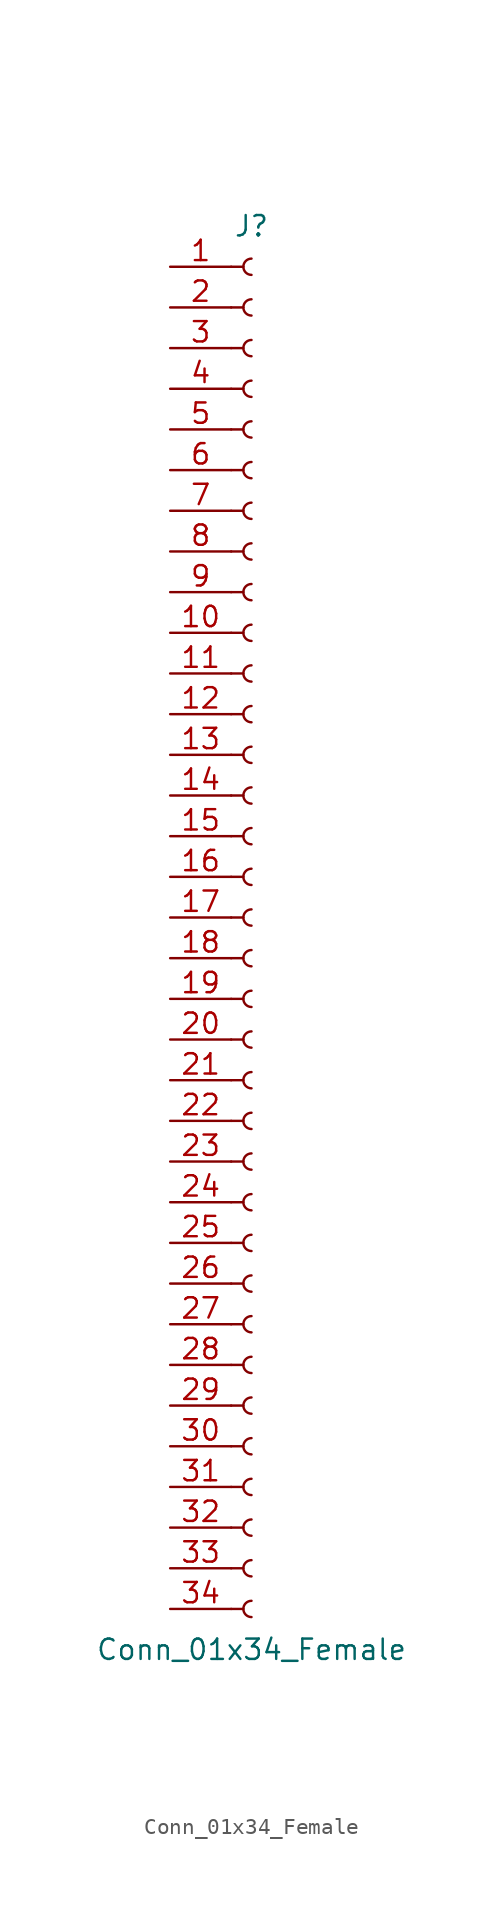
<source format=kicad_sym>
(kicad_symbol_lib
  (version 20220914)
  (generator kicad_symbol_editor)
  (symbol "Conn_01x34_Female"
    (pin_names
      (offset 1.016) hide)
    (property "Reference" "J"
      (at 0 43.18 0)
      (effects (font (size 1.27 1.27))))
    (property "Value" "Conn_01x34_Female"
      (at 0 -45.72 0)
      (effects (font (size 1.27 1.27))))
    (symbol "Conn_01x34_Female_1_1"
      (arc (start 0 -42.672) (mid -0.5058 -43.18) (end 0 -43.688) (stroke (width 0.1524) (type solid)) (fill (type none)))
      (arc (start 0 -40.132) (mid -0.5058 -40.64) (end 0 -41.148) (stroke (width 0.1524) (type solid)) (fill (type none)))
      (arc (start 0 -37.592) (mid -0.5058 -38.1) (end 0 -38.608) (stroke (width 0.1524) (type solid)) (fill (type none)))
      (arc (start 0 -35.052) (mid -0.5058 -35.56) (end 0 -36.068) (stroke (width 0.1524) (type solid)) (fill (type none)))
      (arc (start 0 -32.512) (mid -0.5058 -33.02) (end 0 -33.528) (stroke (width 0.1524) (type solid)) (fill (type none)))
      (arc (start 0 -29.972) (mid -0.5058 -30.48) (end 0 -30.988) (stroke (width 0.1524) (type solid)) (fill (type none)))
      (arc (start 0 -27.432) (mid -0.5058 -27.94) (end 0 -28.448) (stroke (width 0.1524) (type solid)) (fill (type none)))
      (arc (start 0 -24.892) (mid -0.5058 -25.4) (end 0 -25.908) (stroke (width 0.1524) (type solid)) (fill (type none)))
      (arc (start 0 -22.352) (mid -0.5058 -22.86) (end 0 -23.368) (stroke (width 0.1524) (type solid)) (fill (type none)))
      (arc (start 0 -19.812) (mid -0.5058 -20.32) (end 0 -20.828) (stroke (width 0.1524) (type solid)) (fill (type none)))
      (arc (start 0 -17.272) (mid -0.5058 -17.78) (end 0 -18.288) (stroke (width 0.1524) (type solid)) (fill (type none)))
      (arc (start 0 -14.732) (mid -0.5058 -15.24) (end 0 -15.748) (stroke (width 0.1524) (type solid)) (fill (type none)))
      (arc (start 0 -12.192) (mid -0.5058 -12.7) (end 0 -13.208) (stroke (width 0.1524) (type solid)) (fill (type none)))
      (arc (start 0 -9.652) (mid -0.5058 -10.16) (end 0 -10.668) (stroke (width 0.1524) (type solid)) (fill (type none)))
      (arc (start 0 -7.112) (mid -0.5058 -7.62) (end 0 -8.128) (stroke (width 0.1524) (type solid)) (fill (type none)))
      (arc (start 0 -4.572) (mid -0.5058 -5.08) (end 0 -5.588) (stroke (width 0.1524) (type solid)) (fill (type none)))
      (arc (start 0 -2.032) (mid -0.5058 -2.54) (end 0 -3.048) (stroke (width 0.1524) (type solid)) (fill (type none)))
      (polyline (pts (xy -1.27 -43.18) (xy -0.508 -43.18)) (stroke (width 0.152) (type solid)) (fill (type none)))
      (polyline (pts (xy -1.27 -40.64) (xy -0.508 -40.64)) (stroke (width 0.152) (type solid)) (fill (type none)))
      (polyline (pts (xy -1.27 -38.1) (xy -0.508 -38.1)) (stroke (width 0.152) (type solid)) (fill (type none)))
      (polyline (pts (xy -1.27 -35.56) (xy -0.508 -35.56)) (stroke (width 0.152) (type solid)) (fill (type none)))
      (polyline (pts (xy -1.27 -33.02) (xy -0.508 -33.02)) (stroke (width 0.152) (type solid)) (fill (type none)))
      (polyline (pts (xy -1.27 -30.48) (xy -0.508 -30.48)) (stroke (width 0.152) (type solid)) (fill (type none)))
      (polyline (pts (xy -1.27 -27.94) (xy -0.508 -27.94)) (stroke (width 0.152) (type solid)) (fill (type none)))
      (polyline (pts (xy -1.27 -25.4) (xy -0.508 -25.4)) (stroke (width 0.152) (type solid)) (fill (type none)))
      (polyline (pts (xy -1.27 -22.86) (xy -0.508 -22.86)) (stroke (width 0.152) (type solid)) (fill (type none)))
      (polyline (pts (xy -1.27 -20.32) (xy -0.508 -20.32)) (stroke (width 0.152) (type solid)) (fill (type none)))
      (polyline (pts (xy -1.27 -17.78) (xy -0.508 -17.78)) (stroke (width 0.152) (type solid)) (fill (type none)))
      (polyline (pts (xy -1.27 -15.24) (xy -0.508 -15.24)) (stroke (width 0.152) (type solid)) (fill (type none)))
      (polyline (pts (xy -1.27 -12.7) (xy -0.508 -12.7)) (stroke (width 0.152) (type solid)) (fill (type none)))
      (polyline (pts (xy -1.27 -10.16) (xy -0.508 -10.16)) (stroke (width 0.152) (type solid)) (fill (type none)))
      (polyline (pts (xy -1.27 -7.62) (xy -0.508 -7.62)) (stroke (width 0.152) (type solid)) (fill (type none)))
      (polyline (pts (xy -1.27 -5.08) (xy -0.508 -5.08)) (stroke (width 0.152) (type solid)) (fill (type none)))
      (polyline (pts (xy -1.27 -2.54) (xy -0.508 -2.54)) (stroke (width 0.152) (type solid)) (fill (type none)))
      (polyline (pts (xy -1.27 0) (xy -0.508 0)) (stroke (width 0.152) (type solid)) (fill (type none)))
      (polyline (pts (xy -1.27 2.54) (xy -0.508 2.54)) (stroke (width 0.152) (type solid)) (fill (type none)))
      (polyline (pts (xy -1.27 5.08) (xy -0.508 5.08)) (stroke (width 0.152) (type solid)) (fill (type none)))
      (polyline (pts (xy -1.27 7.62) (xy -0.508 7.62)) (stroke (width 0.152) (type solid)) (fill (type none)))
      (polyline (pts (xy -1.27 10.16) (xy -0.508 10.16)) (stroke (width 0.152) (type solid)) (fill (type none)))
      (polyline (pts (xy -1.27 12.7) (xy -0.508 12.7)) (stroke (width 0.152) (type solid)) (fill (type none)))
      (polyline (pts (xy -1.27 15.24) (xy -0.508 15.24)) (stroke (width 0.152) (type solid)) (fill (type none)))
      (polyline (pts (xy -1.27 17.78) (xy -0.508 17.78)) (stroke (width 0.152) (type solid)) (fill (type none)))
      (polyline (pts (xy -1.27 20.32) (xy -0.508 20.32)) (stroke (width 0.152) (type solid)) (fill (type none)))
      (polyline (pts (xy -1.27 22.86) (xy -0.508 22.86)) (stroke (width 0.152) (type solid)) (fill (type none)))
      (polyline (pts (xy -1.27 25.4) (xy -0.508 25.4)) (stroke (width 0.152) (type solid)) (fill (type none)))
      (polyline (pts (xy -1.27 27.94) (xy -0.508 27.94)) (stroke (width 0.152) (type solid)) (fill (type none)))
      (polyline (pts (xy -1.27 30.48) (xy -0.508 30.48)) (stroke (width 0.152) (type solid)) (fill (type none)))
      (polyline (pts (xy -1.27 33.02) (xy -0.508 33.02)) (stroke (width 0.152) (type solid)) (fill (type none)))
      (polyline (pts (xy -1.27 35.56) (xy -0.508 35.56)) (stroke (width 0.152) (type solid)) (fill (type none)))
      (polyline (pts (xy -1.27 38.1) (xy -0.508 38.1)) (stroke (width 0.152) (type solid)) (fill (type none)))
      (polyline (pts (xy -1.27 40.64) (xy -0.508 40.64)) (stroke (width 0.152) (type solid)) (fill (type none)))
      (arc (start 0 0.508) (mid -0.5058 0) (end 0 -0.508) (stroke (width 0.1524) (type solid)) (fill (type none)))
      (arc (start 0 3.048) (mid -0.5058 2.54) (end 0 2.032) (stroke (width 0.1524) (type solid)) (fill (type none)))
      (arc (start 0 5.588) (mid -0.5058 5.08) (end 0 4.572) (stroke (width 0.1524) (type solid)) (fill (type none)))
      (arc (start 0 8.128) (mid -0.5058 7.62) (end 0 7.112) (stroke (width 0.1524) (type solid)) (fill (type none)))
      (arc (start 0 10.668) (mid -0.5058 10.16) (end 0 9.652) (stroke (width 0.1524) (type solid)) (fill (type none)))
      (arc (start 0 13.208) (mid -0.5058 12.7) (end 0 12.192) (stroke (width 0.1524) (type solid)) (fill (type none)))
      (arc (start 0 15.748) (mid -0.5058 15.24) (end 0 14.732) (stroke (width 0.1524) (type solid)) (fill (type none)))
      (arc (start 0 18.288) (mid -0.5058 17.78) (end 0 17.272) (stroke (width 0.1524) (type solid)) (fill (type none)))
      (arc (start 0 20.828) (mid -0.5058 20.32) (end 0 19.812) (stroke (width 0.1524) (type solid)) (fill (type none)))
      (arc (start 0 23.368) (mid -0.5058 22.86) (end 0 22.352) (stroke (width 0.1524) (type solid)) (fill (type none)))
      (arc (start 0 25.908) (mid -0.5058 25.4) (end 0 24.892) (stroke (width 0.1524) (type solid)) (fill (type none)))
      (arc (start 0 28.448) (mid -0.5058 27.94) (end 0 27.432) (stroke (width 0.1524) (type solid)) (fill (type none)))
      (arc (start 0 30.988) (mid -0.5058 30.48) (end 0 29.972) (stroke (width 0.1524) (type solid)) (fill (type none)))
      (arc (start 0 33.528) (mid -0.5058 33.02) (end 0 32.512) (stroke (width 0.1524) (type solid)) (fill (type none)))
      (arc (start 0 36.068) (mid -0.5058 35.56) (end 0 35.052) (stroke (width 0.1524) (type solid)) (fill (type none)))
      (arc (start 0 38.608) (mid -0.5058 38.1) (end 0 37.592) (stroke (width 0.1524) (type solid)) (fill (type none)))
      (arc (start 0 41.148) (mid -0.5058 40.64) (end 0 40.132) (stroke (width 0.1524) (type solid)) (fill (type none)))
      (pin passive line (at -5.08 40.64 0) (length 3.81) (name "Pin_1" (effects (font (size 1.27 1.27)))) (number "1" (effects (font (size 1.27 1.27)))))
      (pin passive line (at -5.08 17.78 0) (length 3.81) (name "Pin_10" (effects (font (size 1.27 1.27)))) (number "10" (effects (font (size 1.27 1.27)))))
      (pin passive line (at -5.08 15.24 0) (length 3.81) (name "Pin_11" (effects (font (size 1.27 1.27)))) (number "11" (effects (font (size 1.27 1.27)))))
      (pin passive line (at -5.08 12.7 0) (length 3.81) (name "Pin_12" (effects (font (size 1.27 1.27)))) (number "12" (effects (font (size 1.27 1.27)))))
      (pin passive line (at -5.08 10.16 0) (length 3.81) (name "Pin_13" (effects (font (size 1.27 1.27)))) (number "13" (effects (font (size 1.27 1.27)))))
      (pin passive line (at -5.08 7.62 0) (length 3.81) (name "Pin_14" (effects (font (size 1.27 1.27)))) (number "14" (effects (font (size 1.27 1.27)))))
      (pin passive line (at -5.08 5.08 0) (length 3.81) (name "Pin_15" (effects (font (size 1.27 1.27)))) (number "15" (effects (font (size 1.27 1.27)))))
      (pin passive line (at -5.08 2.54 0) (length 3.81) (name "Pin_16" (effects (font (size 1.27 1.27)))) (number "16" (effects (font (size 1.27 1.27)))))
      (pin passive line (at -5.08 0 0) (length 3.81) (name "Pin_17" (effects (font (size 1.27 1.27)))) (number "17" (effects (font (size 1.27 1.27)))))
      (pin passive line (at -5.08 -2.54 0) (length 3.81) (name "Pin_18" (effects (font (size 1.27 1.27)))) (number "18" (effects (font (size 1.27 1.27)))))
      (pin passive line (at -5.08 -5.08 0) (length 3.81) (name "Pin_19" (effects (font (size 1.27 1.27)))) (number "19" (effects (font (size 1.27 1.27)))))
      (pin passive line (at -5.08 38.1 0) (length 3.81) (name "Pin_2" (effects (font (size 1.27 1.27)))) (number "2" (effects (font (size 1.27 1.27)))))
      (pin passive line (at -5.08 -7.62 0) (length 3.81) (name "Pin_20" (effects (font (size 1.27 1.27)))) (number "20" (effects (font (size 1.27 1.27)))))
      (pin passive line (at -5.08 -10.16 0) (length 3.81) (name "Pin_21" (effects (font (size 1.27 1.27)))) (number "21" (effects (font (size 1.27 1.27)))))
      (pin passive line (at -5.08 -12.7 0) (length 3.81) (name "Pin_22" (effects (font (size 1.27 1.27)))) (number "22" (effects (font (size 1.27 1.27)))))
      (pin passive line (at -5.08 -15.24 0) (length 3.81) (name "Pin_23" (effects (font (size 1.27 1.27)))) (number "23" (effects (font (size 1.27 1.27)))))
      (pin passive line (at -5.08 -17.78 0) (length 3.81) (name "Pin_24" (effects (font (size 1.27 1.27)))) (number "24" (effects (font (size 1.27 1.27)))))
      (pin passive line (at -5.08 -20.32 0) (length 3.81) (name "Pin_25" (effects (font (size 1.27 1.27)))) (number "25" (effects (font (size 1.27 1.27)))))
      (pin passive line (at -5.08 -22.86 0) (length 3.81) (name "Pin_26" (effects (font (size 1.27 1.27)))) (number "26" (effects (font (size 1.27 1.27)))))
      (pin passive line (at -5.08 -25.4 0) (length 3.81) (name "Pin_27" (effects (font (size 1.27 1.27)))) (number "27" (effects (font (size 1.27 1.27)))))
      (pin passive line (at -5.08 -27.94 0) (length 3.81) (name "Pin_28" (effects (font (size 1.27 1.27)))) (number "28" (effects (font (size 1.27 1.27)))))
      (pin passive line (at -5.08 -30.48 0) (length 3.81) (name "Pin_29" (effects (font (size 1.27 1.27)))) (number "29" (effects (font (size 1.27 1.27)))))
      (pin passive line (at -5.08 35.56 0) (length 3.81) (name "Pin_3" (effects (font (size 1.27 1.27)))) (number "3" (effects (font (size 1.27 1.27)))))
      (pin passive line (at -5.08 -33.02 0) (length 3.81) (name "Pin_30" (effects (font (size 1.27 1.27)))) (number "30" (effects (font (size 1.27 1.27)))))
      (pin passive line (at -5.08 -35.56 0) (length 3.81) (name "Pin_31" (effects (font (size 1.27 1.27)))) (number "31" (effects (font (size 1.27 1.27)))))
      (pin passive line (at -5.08 -38.1 0) (length 3.81) (name "Pin_32" (effects (font (size 1.27 1.27)))) (number "32" (effects (font (size 1.27 1.27)))))
      (pin passive line (at -5.08 -40.64 0) (length 3.81) (name "Pin_33" (effects (font (size 1.27 1.27)))) (number "33" (effects (font (size 1.27 1.27)))))
      (pin passive line (at -5.08 -43.18 0) (length 3.81) (name "Pin_34" (effects (font (size 1.27 1.27)))) (number "34" (effects (font (size 1.27 1.27)))))
      (pin passive line (at -5.08 33.02 0) (length 3.81) (name "Pin_4" (effects (font (size 1.27 1.27)))) (number "4" (effects (font (size 1.27 1.27)))))
      (pin passive line (at -5.08 30.48 0) (length 3.81) (name "Pin_5" (effects (font (size 1.27 1.27)))) (number "5" (effects (font (size 1.27 1.27)))))
      (pin passive line (at -5.08 27.94 0) (length 3.81) (name "Pin_6" (effects (font (size 1.27 1.27)))) (number "6" (effects (font (size 1.27 1.27)))))
      (pin passive line (at -5.08 25.4 0) (length 3.81) (name "Pin_7" (effects (font (size 1.27 1.27)))) (number "7" (effects (font (size 1.27 1.27)))))
      (pin passive line (at -5.08 22.86 0) (length 3.81) (name "Pin_8" (effects (font (size 1.27 1.27)))) (number "8" (effects (font (size 1.27 1.27)))))
      (pin passive line (at -5.08 20.32 0) (length 3.81) (name "Pin_9" (effects (font (size 1.27 1.27)))) (number "9" (effects (font (size 1.27 1.27))))))))
</source>
